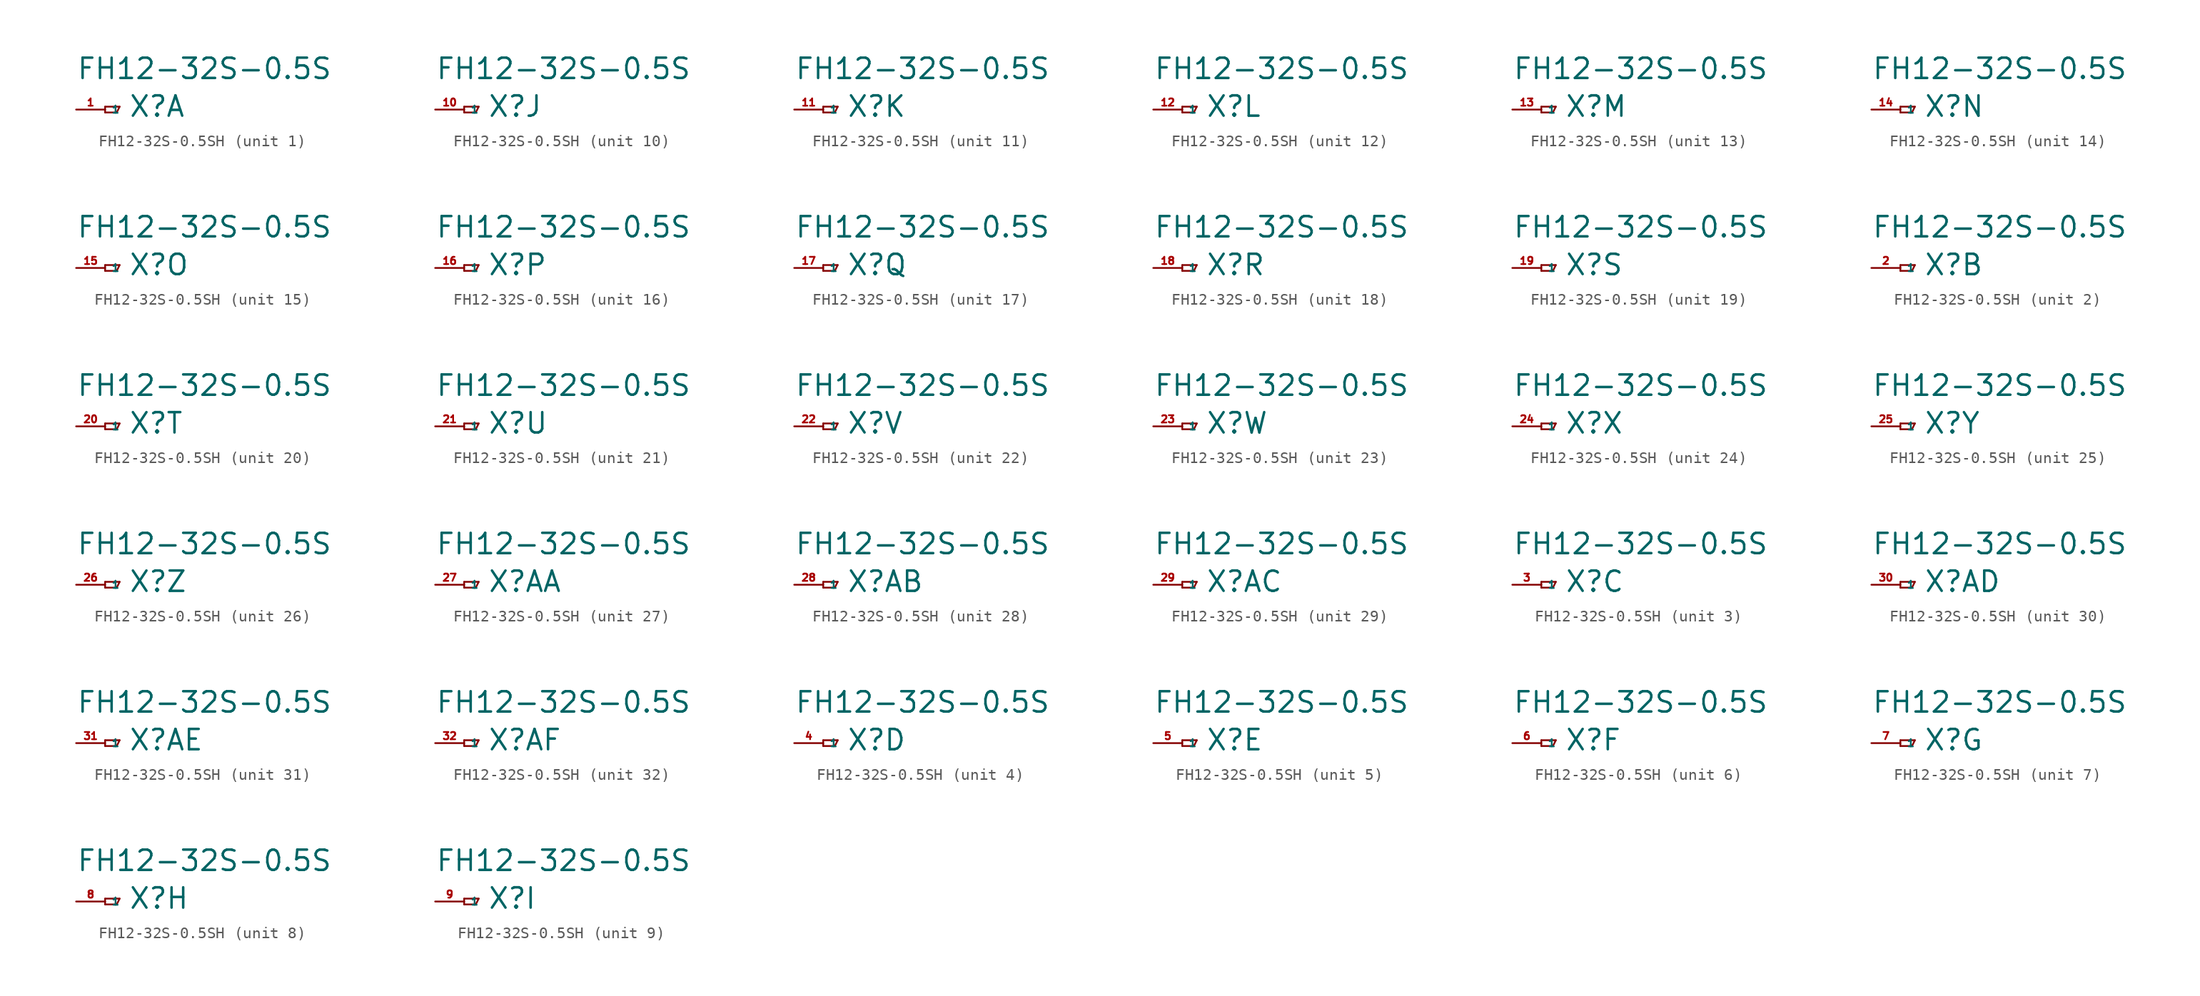
<source format=kicad_sym>
(kicad_symbol_lib
  (version 20220914)
  (generator Eagle2Kicad)
  (symbol "FH12-32S-0.5SH"
    (property "Reference" "X"
      (at 2.032 -0.762 0)
      (effects (font (size 1.778 1.778) (thickness 0.22)) (justify left bottom)))
    (property "Value" "FH12-32S-0.5S"
      (at -2.54 2.54 0)
      (effects (font (size 1.778 1.778) (thickness 0.22)) (justify left bottom)))
    (symbol "FH12-32S-0.5SH_1_0"
      (polyline (pts (xy 0 0.254) (xy 0 -0.254)) (stroke (width 0.152) (type default)) (fill (type none)))
      (polyline (pts (xy 0 -0.254) (xy 1.016 -0.254)) (stroke (width 0.152) (type default)) (fill (type none)))
      (polyline (pts (xy 1.016 -0.254) (xy 1.27 0.254)) (stroke (width 0.152) (type default)) (fill (type none)))
      (polyline (pts (xy 1.27 0.254) (xy 0 0.254)) (stroke (width 0.152) (type default)) (fill (type none)))
      (pin passive line (at -2.54 0 0) (length 2.54) (name "1" (effects (font (size 0.635 0.635) (thickness 0.08)) (justify left bottom))) (number "1" (effects (font (size 0.635 0.635) (thickness 0.08)) (justify left bottom)))))
    (symbol "FH12-32S-0.5SH_2_0"
      (polyline (pts (xy 0 0.254) (xy 0 -0.254)) (stroke (width 0.152) (type default)) (fill (type none)))
      (polyline (pts (xy 0 -0.254) (xy 1.016 -0.254)) (stroke (width 0.152) (type default)) (fill (type none)))
      (polyline (pts (xy 1.016 -0.254) (xy 1.27 0.254)) (stroke (width 0.152) (type default)) (fill (type none)))
      (polyline (pts (xy 1.27 0.254) (xy 0 0.254)) (stroke (width 0.152) (type default)) (fill (type none)))
      (pin passive line (at -2.54 0 0) (length 2.54) (name "1" (effects (font (size 0.635 0.635) (thickness 0.08)) (justify left bottom))) (number "2" (effects (font (size 0.635 0.635) (thickness 0.08)) (justify left bottom)))))
    (symbol "FH12-32S-0.5SH_3_0"
      (polyline (pts (xy 0 0.254) (xy 0 -0.254)) (stroke (width 0.152) (type default)) (fill (type none)))
      (polyline (pts (xy 0 -0.254) (xy 1.016 -0.254)) (stroke (width 0.152) (type default)) (fill (type none)))
      (polyline (pts (xy 1.016 -0.254) (xy 1.27 0.254)) (stroke (width 0.152) (type default)) (fill (type none)))
      (polyline (pts (xy 1.27 0.254) (xy 0 0.254)) (stroke (width 0.152) (type default)) (fill (type none)))
      (pin passive line (at -2.54 0 0) (length 2.54) (name "1" (effects (font (size 0.635 0.635) (thickness 0.08)) (justify left bottom))) (number "3" (effects (font (size 0.635 0.635) (thickness 0.08)) (justify left bottom)))))
    (symbol "FH12-32S-0.5SH_4_0"
      (polyline (pts (xy 0 0.254) (xy 0 -0.254)) (stroke (width 0.152) (type default)) (fill (type none)))
      (polyline (pts (xy 0 -0.254) (xy 1.016 -0.254)) (stroke (width 0.152) (type default)) (fill (type none)))
      (polyline (pts (xy 1.016 -0.254) (xy 1.27 0.254)) (stroke (width 0.152) (type default)) (fill (type none)))
      (polyline (pts (xy 1.27 0.254) (xy 0 0.254)) (stroke (width 0.152) (type default)) (fill (type none)))
      (pin passive line (at -2.54 0 0) (length 2.54) (name "1" (effects (font (size 0.635 0.635) (thickness 0.08)) (justify left bottom))) (number "4" (effects (font (size 0.635 0.635) (thickness 0.08)) (justify left bottom)))))
    (symbol "FH12-32S-0.5SH_5_0"
      (polyline (pts (xy 0 0.254) (xy 0 -0.254)) (stroke (width 0.152) (type default)) (fill (type none)))
      (polyline (pts (xy 0 -0.254) (xy 1.016 -0.254)) (stroke (width 0.152) (type default)) (fill (type none)))
      (polyline (pts (xy 1.016 -0.254) (xy 1.27 0.254)) (stroke (width 0.152) (type default)) (fill (type none)))
      (polyline (pts (xy 1.27 0.254) (xy 0 0.254)) (stroke (width 0.152) (type default)) (fill (type none)))
      (pin passive line (at -2.54 0 0) (length 2.54) (name "1" (effects (font (size 0.635 0.635) (thickness 0.08)) (justify left bottom))) (number "5" (effects (font (size 0.635 0.635) (thickness 0.08)) (justify left bottom)))))
    (symbol "FH12-32S-0.5SH_6_0"
      (polyline (pts (xy 0 0.254) (xy 0 -0.254)) (stroke (width 0.152) (type default)) (fill (type none)))
      (polyline (pts (xy 0 -0.254) (xy 1.016 -0.254)) (stroke (width 0.152) (type default)) (fill (type none)))
      (polyline (pts (xy 1.016 -0.254) (xy 1.27 0.254)) (stroke (width 0.152) (type default)) (fill (type none)))
      (polyline (pts (xy 1.27 0.254) (xy 0 0.254)) (stroke (width 0.152) (type default)) (fill (type none)))
      (pin passive line (at -2.54 0 0) (length 2.54) (name "1" (effects (font (size 0.635 0.635) (thickness 0.08)) (justify left bottom))) (number "6" (effects (font (size 0.635 0.635) (thickness 0.08)) (justify left bottom)))))
    (symbol "FH12-32S-0.5SH_7_0"
      (polyline (pts (xy 0 0.254) (xy 0 -0.254)) (stroke (width 0.152) (type default)) (fill (type none)))
      (polyline (pts (xy 0 -0.254) (xy 1.016 -0.254)) (stroke (width 0.152) (type default)) (fill (type none)))
      (polyline (pts (xy 1.016 -0.254) (xy 1.27 0.254)) (stroke (width 0.152) (type default)) (fill (type none)))
      (polyline (pts (xy 1.27 0.254) (xy 0 0.254)) (stroke (width 0.152) (type default)) (fill (type none)))
      (pin passive line (at -2.54 0 0) (length 2.54) (name "1" (effects (font (size 0.635 0.635) (thickness 0.08)) (justify left bottom))) (number "7" (effects (font (size 0.635 0.635) (thickness 0.08)) (justify left bottom)))))
    (symbol "FH12-32S-0.5SH_8_0"
      (polyline (pts (xy 0 0.254) (xy 0 -0.254)) (stroke (width 0.152) (type default)) (fill (type none)))
      (polyline (pts (xy 0 -0.254) (xy 1.016 -0.254)) (stroke (width 0.152) (type default)) (fill (type none)))
      (polyline (pts (xy 1.016 -0.254) (xy 1.27 0.254)) (stroke (width 0.152) (type default)) (fill (type none)))
      (polyline (pts (xy 1.27 0.254) (xy 0 0.254)) (stroke (width 0.152) (type default)) (fill (type none)))
      (pin passive line (at -2.54 0 0) (length 2.54) (name "1" (effects (font (size 0.635 0.635) (thickness 0.08)) (justify left bottom))) (number "8" (effects (font (size 0.635 0.635) (thickness 0.08)) (justify left bottom)))))
    (symbol "FH12-32S-0.5SH_9_0"
      (polyline (pts (xy 0 0.254) (xy 0 -0.254)) (stroke (width 0.152) (type default)) (fill (type none)))
      (polyline (pts (xy 0 -0.254) (xy 1.016 -0.254)) (stroke (width 0.152) (type default)) (fill (type none)))
      (polyline (pts (xy 1.016 -0.254) (xy 1.27 0.254)) (stroke (width 0.152) (type default)) (fill (type none)))
      (polyline (pts (xy 1.27 0.254) (xy 0 0.254)) (stroke (width 0.152) (type default)) (fill (type none)))
      (pin passive line (at -2.54 0 0) (length 2.54) (name "1" (effects (font (size 0.635 0.635) (thickness 0.08)) (justify left bottom))) (number "9" (effects (font (size 0.635 0.635) (thickness 0.08)) (justify left bottom)))))
    (symbol "FH12-32S-0.5SH_10_0"
      (polyline (pts (xy 0 0.254) (xy 0 -0.254)) (stroke (width 0.152) (type default)) (fill (type none)))
      (polyline (pts (xy 0 -0.254) (xy 1.016 -0.254)) (stroke (width 0.152) (type default)) (fill (type none)))
      (polyline (pts (xy 1.016 -0.254) (xy 1.27 0.254)) (stroke (width 0.152) (type default)) (fill (type none)))
      (polyline (pts (xy 1.27 0.254) (xy 0 0.254)) (stroke (width 0.152) (type default)) (fill (type none)))
      (pin passive line (at -2.54 0 0) (length 2.54) (name "1" (effects (font (size 0.635 0.635) (thickness 0.08)) (justify left bottom))) (number "10" (effects (font (size 0.635 0.635) (thickness 0.08)) (justify left bottom)))))
    (symbol "FH12-32S-0.5SH_11_0"
      (polyline (pts (xy 0 0.254) (xy 0 -0.254)) (stroke (width 0.152) (type default)) (fill (type none)))
      (polyline (pts (xy 0 -0.254) (xy 1.016 -0.254)) (stroke (width 0.152) (type default)) (fill (type none)))
      (polyline (pts (xy 1.016 -0.254) (xy 1.27 0.254)) (stroke (width 0.152) (type default)) (fill (type none)))
      (polyline (pts (xy 1.27 0.254) (xy 0 0.254)) (stroke (width 0.152) (type default)) (fill (type none)))
      (pin passive line (at -2.54 0 0) (length 2.54) (name "1" (effects (font (size 0.635 0.635) (thickness 0.08)) (justify left bottom))) (number "11" (effects (font (size 0.635 0.635) (thickness 0.08)) (justify left bottom)))))
    (symbol "FH12-32S-0.5SH_12_0"
      (polyline (pts (xy 0 0.254) (xy 0 -0.254)) (stroke (width 0.152) (type default)) (fill (type none)))
      (polyline (pts (xy 0 -0.254) (xy 1.016 -0.254)) (stroke (width 0.152) (type default)) (fill (type none)))
      (polyline (pts (xy 1.016 -0.254) (xy 1.27 0.254)) (stroke (width 0.152) (type default)) (fill (type none)))
      (polyline (pts (xy 1.27 0.254) (xy 0 0.254)) (stroke (width 0.152) (type default)) (fill (type none)))
      (pin passive line (at -2.54 0 0) (length 2.54) (name "1" (effects (font (size 0.635 0.635) (thickness 0.08)) (justify left bottom))) (number "12" (effects (font (size 0.635 0.635) (thickness 0.08)) (justify left bottom)))))
    (symbol "FH12-32S-0.5SH_13_0"
      (polyline (pts (xy 0 0.254) (xy 0 -0.254)) (stroke (width 0.152) (type default)) (fill (type none)))
      (polyline (pts (xy 0 -0.254) (xy 1.016 -0.254)) (stroke (width 0.152) (type default)) (fill (type none)))
      (polyline (pts (xy 1.016 -0.254) (xy 1.27 0.254)) (stroke (width 0.152) (type default)) (fill (type none)))
      (polyline (pts (xy 1.27 0.254) (xy 0 0.254)) (stroke (width 0.152) (type default)) (fill (type none)))
      (pin passive line (at -2.54 0 0) (length 2.54) (name "1" (effects (font (size 0.635 0.635) (thickness 0.08)) (justify left bottom))) (number "13" (effects (font (size 0.635 0.635) (thickness 0.08)) (justify left bottom)))))
    (symbol "FH12-32S-0.5SH_14_0"
      (polyline (pts (xy 0 0.254) (xy 0 -0.254)) (stroke (width 0.152) (type default)) (fill (type none)))
      (polyline (pts (xy 0 -0.254) (xy 1.016 -0.254)) (stroke (width 0.152) (type default)) (fill (type none)))
      (polyline (pts (xy 1.016 -0.254) (xy 1.27 0.254)) (stroke (width 0.152) (type default)) (fill (type none)))
      (polyline (pts (xy 1.27 0.254) (xy 0 0.254)) (stroke (width 0.152) (type default)) (fill (type none)))
      (pin passive line (at -2.54 0 0) (length 2.54) (name "1" (effects (font (size 0.635 0.635) (thickness 0.08)) (justify left bottom))) (number "14" (effects (font (size 0.635 0.635) (thickness 0.08)) (justify left bottom)))))
    (symbol "FH12-32S-0.5SH_15_0"
      (polyline (pts (xy 0 0.254) (xy 0 -0.254)) (stroke (width 0.152) (type default)) (fill (type none)))
      (polyline (pts (xy 0 -0.254) (xy 1.016 -0.254)) (stroke (width 0.152) (type default)) (fill (type none)))
      (polyline (pts (xy 1.016 -0.254) (xy 1.27 0.254)) (stroke (width 0.152) (type default)) (fill (type none)))
      (polyline (pts (xy 1.27 0.254) (xy 0 0.254)) (stroke (width 0.152) (type default)) (fill (type none)))
      (pin passive line (at -2.54 0 0) (length 2.54) (name "1" (effects (font (size 0.635 0.635) (thickness 0.08)) (justify left bottom))) (number "15" (effects (font (size 0.635 0.635) (thickness 0.08)) (justify left bottom)))))
    (symbol "FH12-32S-0.5SH_16_0"
      (polyline (pts (xy 0 0.254) (xy 0 -0.254)) (stroke (width 0.152) (type default)) (fill (type none)))
      (polyline (pts (xy 0 -0.254) (xy 1.016 -0.254)) (stroke (width 0.152) (type default)) (fill (type none)))
      (polyline (pts (xy 1.016 -0.254) (xy 1.27 0.254)) (stroke (width 0.152) (type default)) (fill (type none)))
      (polyline (pts (xy 1.27 0.254) (xy 0 0.254)) (stroke (width 0.152) (type default)) (fill (type none)))
      (pin passive line (at -2.54 0 0) (length 2.54) (name "1" (effects (font (size 0.635 0.635) (thickness 0.08)) (justify left bottom))) (number "16" (effects (font (size 0.635 0.635) (thickness 0.08)) (justify left bottom)))))
    (symbol "FH12-32S-0.5SH_17_0"
      (polyline (pts (xy 0 0.254) (xy 0 -0.254)) (stroke (width 0.152) (type default)) (fill (type none)))
      (polyline (pts (xy 0 -0.254) (xy 1.016 -0.254)) (stroke (width 0.152) (type default)) (fill (type none)))
      (polyline (pts (xy 1.016 -0.254) (xy 1.27 0.254)) (stroke (width 0.152) (type default)) (fill (type none)))
      (polyline (pts (xy 1.27 0.254) (xy 0 0.254)) (stroke (width 0.152) (type default)) (fill (type none)))
      (pin passive line (at -2.54 0 0) (length 2.54) (name "1" (effects (font (size 0.635 0.635) (thickness 0.08)) (justify left bottom))) (number "17" (effects (font (size 0.635 0.635) (thickness 0.08)) (justify left bottom)))))
    (symbol "FH12-32S-0.5SH_18_0"
      (polyline (pts (xy 0 0.254) (xy 0 -0.254)) (stroke (width 0.152) (type default)) (fill (type none)))
      (polyline (pts (xy 0 -0.254) (xy 1.016 -0.254)) (stroke (width 0.152) (type default)) (fill (type none)))
      (polyline (pts (xy 1.016 -0.254) (xy 1.27 0.254)) (stroke (width 0.152) (type default)) (fill (type none)))
      (polyline (pts (xy 1.27 0.254) (xy 0 0.254)) (stroke (width 0.152) (type default)) (fill (type none)))
      (pin passive line (at -2.54 0 0) (length 2.54) (name "1" (effects (font (size 0.635 0.635) (thickness 0.08)) (justify left bottom))) (number "18" (effects (font (size 0.635 0.635) (thickness 0.08)) (justify left bottom)))))
    (symbol "FH12-32S-0.5SH_19_0"
      (polyline (pts (xy 0 0.254) (xy 0 -0.254)) (stroke (width 0.152) (type default)) (fill (type none)))
      (polyline (pts (xy 0 -0.254) (xy 1.016 -0.254)) (stroke (width 0.152) (type default)) (fill (type none)))
      (polyline (pts (xy 1.016 -0.254) (xy 1.27 0.254)) (stroke (width 0.152) (type default)) (fill (type none)))
      (polyline (pts (xy 1.27 0.254) (xy 0 0.254)) (stroke (width 0.152) (type default)) (fill (type none)))
      (pin passive line (at -2.54 0 0) (length 2.54) (name "1" (effects (font (size 0.635 0.635) (thickness 0.08)) (justify left bottom))) (number "19" (effects (font (size 0.635 0.635) (thickness 0.08)) (justify left bottom)))))
    (symbol "FH12-32S-0.5SH_20_0"
      (polyline (pts (xy 0 0.254) (xy 0 -0.254)) (stroke (width 0.152) (type default)) (fill (type none)))
      (polyline (pts (xy 0 -0.254) (xy 1.016 -0.254)) (stroke (width 0.152) (type default)) (fill (type none)))
      (polyline (pts (xy 1.016 -0.254) (xy 1.27 0.254)) (stroke (width 0.152) (type default)) (fill (type none)))
      (polyline (pts (xy 1.27 0.254) (xy 0 0.254)) (stroke (width 0.152) (type default)) (fill (type none)))
      (pin passive line (at -2.54 0 0) (length 2.54) (name "1" (effects (font (size 0.635 0.635) (thickness 0.08)) (justify left bottom))) (number "20" (effects (font (size 0.635 0.635) (thickness 0.08)) (justify left bottom)))))
    (symbol "FH12-32S-0.5SH_21_0"
      (polyline (pts (xy 0 0.254) (xy 0 -0.254)) (stroke (width 0.152) (type default)) (fill (type none)))
      (polyline (pts (xy 0 -0.254) (xy 1.016 -0.254)) (stroke (width 0.152) (type default)) (fill (type none)))
      (polyline (pts (xy 1.016 -0.254) (xy 1.27 0.254)) (stroke (width 0.152) (type default)) (fill (type none)))
      (polyline (pts (xy 1.27 0.254) (xy 0 0.254)) (stroke (width 0.152) (type default)) (fill (type none)))
      (pin passive line (at -2.54 0 0) (length 2.54) (name "1" (effects (font (size 0.635 0.635) (thickness 0.08)) (justify left bottom))) (number "21" (effects (font (size 0.635 0.635) (thickness 0.08)) (justify left bottom)))))
    (symbol "FH12-32S-0.5SH_22_0"
      (polyline (pts (xy 0 0.254) (xy 0 -0.254)) (stroke (width 0.152) (type default)) (fill (type none)))
      (polyline (pts (xy 0 -0.254) (xy 1.016 -0.254)) (stroke (width 0.152) (type default)) (fill (type none)))
      (polyline (pts (xy 1.016 -0.254) (xy 1.27 0.254)) (stroke (width 0.152) (type default)) (fill (type none)))
      (polyline (pts (xy 1.27 0.254) (xy 0 0.254)) (stroke (width 0.152) (type default)) (fill (type none)))
      (pin passive line (at -2.54 0 0) (length 2.54) (name "1" (effects (font (size 0.635 0.635) (thickness 0.08)) (justify left bottom))) (number "22" (effects (font (size 0.635 0.635) (thickness 0.08)) (justify left bottom)))))
    (symbol "FH12-32S-0.5SH_23_0"
      (polyline (pts (xy 0 0.254) (xy 0 -0.254)) (stroke (width 0.152) (type default)) (fill (type none)))
      (polyline (pts (xy 0 -0.254) (xy 1.016 -0.254)) (stroke (width 0.152) (type default)) (fill (type none)))
      (polyline (pts (xy 1.016 -0.254) (xy 1.27 0.254)) (stroke (width 0.152) (type default)) (fill (type none)))
      (polyline (pts (xy 1.27 0.254) (xy 0 0.254)) (stroke (width 0.152) (type default)) (fill (type none)))
      (pin passive line (at -2.54 0 0) (length 2.54) (name "1" (effects (font (size 0.635 0.635) (thickness 0.08)) (justify left bottom))) (number "23" (effects (font (size 0.635 0.635) (thickness 0.08)) (justify left bottom)))))
    (symbol "FH12-32S-0.5SH_24_0"
      (polyline (pts (xy 0 0.254) (xy 0 -0.254)) (stroke (width 0.152) (type default)) (fill (type none)))
      (polyline (pts (xy 0 -0.254) (xy 1.016 -0.254)) (stroke (width 0.152) (type default)) (fill (type none)))
      (polyline (pts (xy 1.016 -0.254) (xy 1.27 0.254)) (stroke (width 0.152) (type default)) (fill (type none)))
      (polyline (pts (xy 1.27 0.254) (xy 0 0.254)) (stroke (width 0.152) (type default)) (fill (type none)))
      (pin passive line (at -2.54 0 0) (length 2.54) (name "1" (effects (font (size 0.635 0.635) (thickness 0.08)) (justify left bottom))) (number "24" (effects (font (size 0.635 0.635) (thickness 0.08)) (justify left bottom)))))
    (symbol "FH12-32S-0.5SH_25_0"
      (polyline (pts (xy 0 0.254) (xy 0 -0.254)) (stroke (width 0.152) (type default)) (fill (type none)))
      (polyline (pts (xy 0 -0.254) (xy 1.016 -0.254)) (stroke (width 0.152) (type default)) (fill (type none)))
      (polyline (pts (xy 1.016 -0.254) (xy 1.27 0.254)) (stroke (width 0.152) (type default)) (fill (type none)))
      (polyline (pts (xy 1.27 0.254) (xy 0 0.254)) (stroke (width 0.152) (type default)) (fill (type none)))
      (pin passive line (at -2.54 0 0) (length 2.54) (name "1" (effects (font (size 0.635 0.635) (thickness 0.08)) (justify left bottom))) (number "25" (effects (font (size 0.635 0.635) (thickness 0.08)) (justify left bottom)))))
    (symbol "FH12-32S-0.5SH_26_0"
      (polyline (pts (xy 0 0.254) (xy 0 -0.254)) (stroke (width 0.152) (type default)) (fill (type none)))
      (polyline (pts (xy 0 -0.254) (xy 1.016 -0.254)) (stroke (width 0.152) (type default)) (fill (type none)))
      (polyline (pts (xy 1.016 -0.254) (xy 1.27 0.254)) (stroke (width 0.152) (type default)) (fill (type none)))
      (polyline (pts (xy 1.27 0.254) (xy 0 0.254)) (stroke (width 0.152) (type default)) (fill (type none)))
      (pin passive line (at -2.54 0 0) (length 2.54) (name "1" (effects (font (size 0.635 0.635) (thickness 0.08)) (justify left bottom))) (number "26" (effects (font (size 0.635 0.635) (thickness 0.08)) (justify left bottom)))))
    (symbol "FH12-32S-0.5SH_27_0"
      (polyline (pts (xy 0 0.254) (xy 0 -0.254)) (stroke (width 0.152) (type default)) (fill (type none)))
      (polyline (pts (xy 0 -0.254) (xy 1.016 -0.254)) (stroke (width 0.152) (type default)) (fill (type none)))
      (polyline (pts (xy 1.016 -0.254) (xy 1.27 0.254)) (stroke (width 0.152) (type default)) (fill (type none)))
      (polyline (pts (xy 1.27 0.254) (xy 0 0.254)) (stroke (width 0.152) (type default)) (fill (type none)))
      (pin passive line (at -2.54 0 0) (length 2.54) (name "1" (effects (font (size 0.635 0.635) (thickness 0.08)) (justify left bottom))) (number "27" (effects (font (size 0.635 0.635) (thickness 0.08)) (justify left bottom)))))
    (symbol "FH12-32S-0.5SH_28_0"
      (polyline (pts (xy 0 0.254) (xy 0 -0.254)) (stroke (width 0.152) (type default)) (fill (type none)))
      (polyline (pts (xy 0 -0.254) (xy 1.016 -0.254)) (stroke (width 0.152) (type default)) (fill (type none)))
      (polyline (pts (xy 1.016 -0.254) (xy 1.27 0.254)) (stroke (width 0.152) (type default)) (fill (type none)))
      (polyline (pts (xy 1.27 0.254) (xy 0 0.254)) (stroke (width 0.152) (type default)) (fill (type none)))
      (pin passive line (at -2.54 0 0) (length 2.54) (name "1" (effects (font (size 0.635 0.635) (thickness 0.08)) (justify left bottom))) (number "28" (effects (font (size 0.635 0.635) (thickness 0.08)) (justify left bottom)))))
    (symbol "FH12-32S-0.5SH_29_0"
      (polyline (pts (xy 0 0.254) (xy 0 -0.254)) (stroke (width 0.152) (type default)) (fill (type none)))
      (polyline (pts (xy 0 -0.254) (xy 1.016 -0.254)) (stroke (width 0.152) (type default)) (fill (type none)))
      (polyline (pts (xy 1.016 -0.254) (xy 1.27 0.254)) (stroke (width 0.152) (type default)) (fill (type none)))
      (polyline (pts (xy 1.27 0.254) (xy 0 0.254)) (stroke (width 0.152) (type default)) (fill (type none)))
      (pin passive line (at -2.54 0 0) (length 2.54) (name "1" (effects (font (size 0.635 0.635) (thickness 0.08)) (justify left bottom))) (number "29" (effects (font (size 0.635 0.635) (thickness 0.08)) (justify left bottom)))))
    (symbol "FH12-32S-0.5SH_30_0"
      (polyline (pts (xy 0 0.254) (xy 0 -0.254)) (stroke (width 0.152) (type default)) (fill (type none)))
      (polyline (pts (xy 0 -0.254) (xy 1.016 -0.254)) (stroke (width 0.152) (type default)) (fill (type none)))
      (polyline (pts (xy 1.016 -0.254) (xy 1.27 0.254)) (stroke (width 0.152) (type default)) (fill (type none)))
      (polyline (pts (xy 1.27 0.254) (xy 0 0.254)) (stroke (width 0.152) (type default)) (fill (type none)))
      (pin passive line (at -2.54 0 0) (length 2.54) (name "1" (effects (font (size 0.635 0.635) (thickness 0.08)) (justify left bottom))) (number "30" (effects (font (size 0.635 0.635) (thickness 0.08)) (justify left bottom)))))
    (symbol "FH12-32S-0.5SH_31_0"
      (polyline (pts (xy 0 0.254) (xy 0 -0.254)) (stroke (width 0.152) (type default)) (fill (type none)))
      (polyline (pts (xy 0 -0.254) (xy 1.016 -0.254)) (stroke (width 0.152) (type default)) (fill (type none)))
      (polyline (pts (xy 1.016 -0.254) (xy 1.27 0.254)) (stroke (width 0.152) (type default)) (fill (type none)))
      (polyline (pts (xy 1.27 0.254) (xy 0 0.254)) (stroke (width 0.152) (type default)) (fill (type none)))
      (pin passive line (at -2.54 0 0) (length 2.54) (name "1" (effects (font (size 0.635 0.635) (thickness 0.08)) (justify left bottom))) (number "31" (effects (font (size 0.635 0.635) (thickness 0.08)) (justify left bottom)))))
    (symbol "FH12-32S-0.5SH_32_0"
      (polyline (pts (xy 0 0.254) (xy 0 -0.254)) (stroke (width 0.152) (type default)) (fill (type none)))
      (polyline (pts (xy 0 -0.254) (xy 1.016 -0.254)) (stroke (width 0.152) (type default)) (fill (type none)))
      (polyline (pts (xy 1.016 -0.254) (xy 1.27 0.254)) (stroke (width 0.152) (type default)) (fill (type none)))
      (polyline (pts (xy 1.27 0.254) (xy 0 0.254)) (stroke (width 0.152) (type default)) (fill (type none)))
      (pin passive line (at -2.54 0 0) (length 2.54) (name "1" (effects (font (size 0.635 0.635) (thickness 0.08)) (justify left bottom))) (number "32" (effects (font (size 0.635 0.635) (thickness 0.08)) (justify left bottom)))))))
</source>
